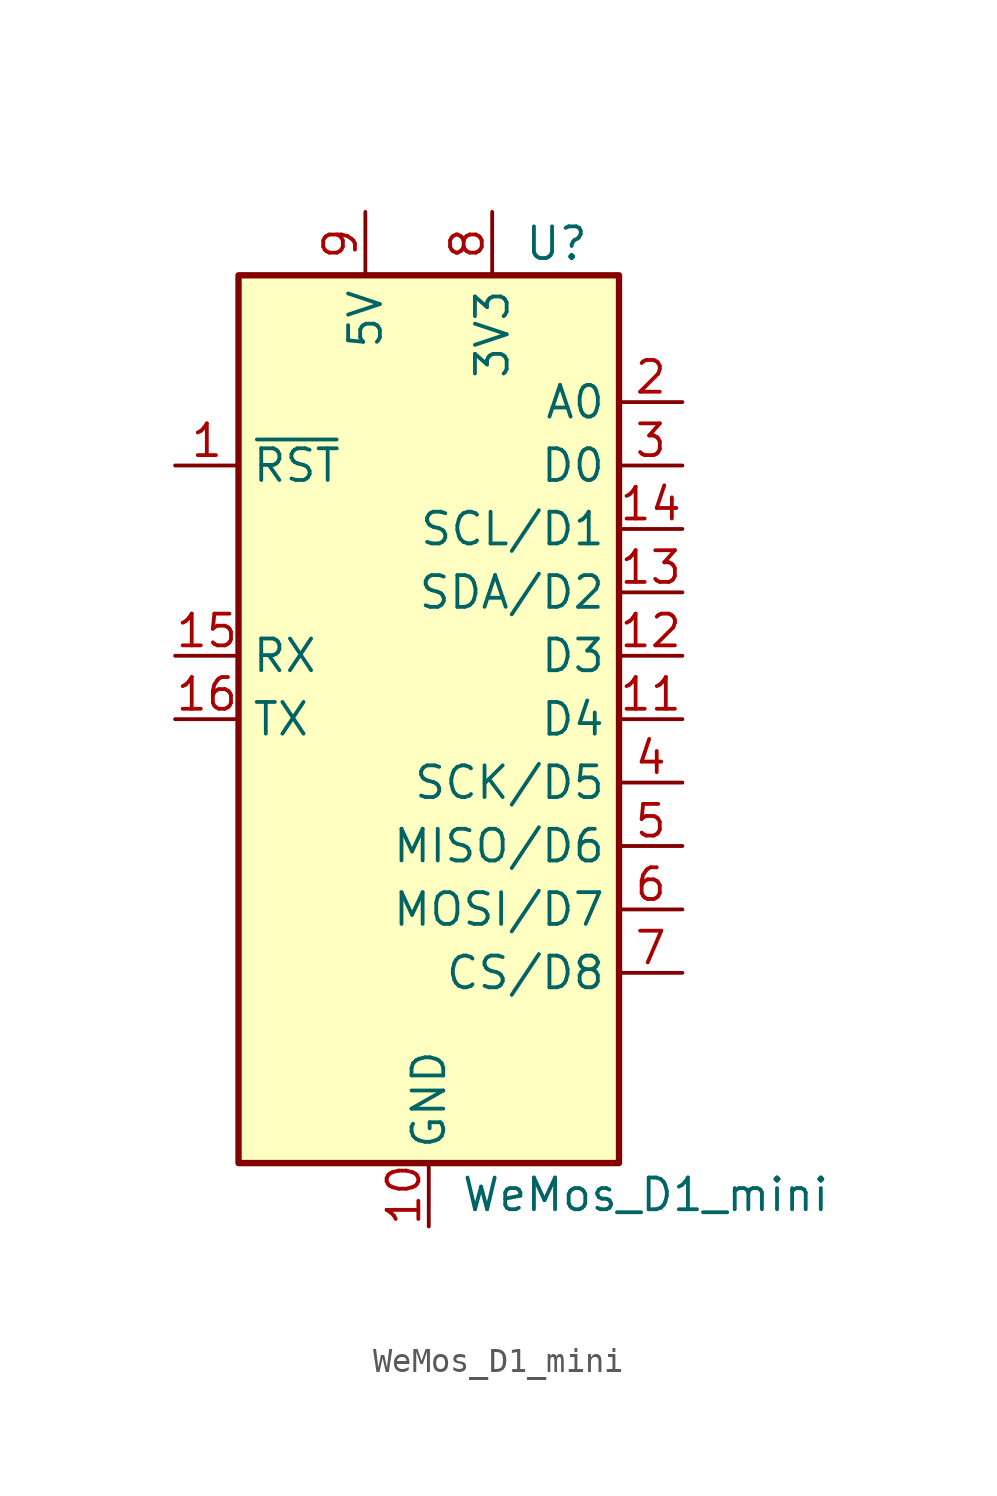
<source format=kicad_sym>
(kicad_symbol_lib
  (version 20211014)
  (generator kicad_symbol_editor)
  (symbol "WeMos_D1_mini"
    (property "Reference" "U"
      (at 3.81 19.05 0)
      (effects (font (size 1.27 1.27)) (justify left)))
    (property "Value" "WeMos_D1_mini"
      (at 1.27 -19.05 0)
      (effects (font (size 1.27 1.27)) (justify left)))
    (symbol "WeMos_D1_mini_1_1"
      (rectangle (start -7.62 17.78) (end 7.62 -17.78) (stroke (width 0.254) (type default) (color 0 0 0 0)) (fill (type background)))
      (pin input line (at -10.16 10.16 0) (length 2.54) (name "~{RST}" (effects (font (size 1.27 1.27)))) (number "1" (effects (font (size 1.27 1.27)))))
      (pin power_in line (at 0 -20.32 90) (length 2.54) (name "GND" (effects (font (size 1.27 1.27)))) (number "10" (effects (font (size 1.27 1.27)))))
      (pin bidirectional line (at 10.16 0 180) (length 2.54) (name "D4" (effects (font (size 1.27 1.27)))) (number "11" (effects (font (size 1.27 1.27)))))
      (pin bidirectional line (at 10.16 2.54 180) (length 2.54) (name "D3" (effects (font (size 1.27 1.27)))) (number "12" (effects (font (size 1.27 1.27)))))
      (pin bidirectional line (at 10.16 5.08 180) (length 2.54) (name "SDA/D2" (effects (font (size 1.27 1.27)))) (number "13" (effects (font (size 1.27 1.27)))))
      (pin bidirectional line (at 10.16 7.62 180) (length 2.54) (name "SCL/D1" (effects (font (size 1.27 1.27)))) (number "14" (effects (font (size 1.27 1.27)))))
      (pin input line (at -10.16 2.54 0) (length 2.54) (name "RX" (effects (font (size 1.27 1.27)))) (number "15" (effects (font (size 1.27 1.27)))))
      (pin output line (at -10.16 0 0) (length 2.54) (name "TX" (effects (font (size 1.27 1.27)))) (number "16" (effects (font (size 1.27 1.27)))))
      (pin input line (at 10.16 12.7 180) (length 2.54) (name "A0" (effects (font (size 1.27 1.27)))) (number "2" (effects (font (size 1.27 1.27)))))
      (pin bidirectional line (at 10.16 10.16 180) (length 2.54) (name "D0" (effects (font (size 1.27 1.27)))) (number "3" (effects (font (size 1.27 1.27)))))
      (pin bidirectional line (at 10.16 -2.54 180) (length 2.54) (name "SCK/D5" (effects (font (size 1.27 1.27)))) (number "4" (effects (font (size 1.27 1.27)))))
      (pin bidirectional line (at 10.16 -5.08 180) (length 2.54) (name "MISO/D6" (effects (font (size 1.27 1.27)))) (number "5" (effects (font (size 1.27 1.27)))))
      (pin bidirectional line (at 10.16 -7.62 180) (length 2.54) (name "MOSI/D7" (effects (font (size 1.27 1.27)))) (number "6" (effects (font (size 1.27 1.27)))))
      (pin bidirectional line (at 10.16 -10.16 180) (length 2.54) (name "CS/D8" (effects (font (size 1.27 1.27)))) (number "7" (effects (font (size 1.27 1.27)))))
      (pin power_out line (at 2.54 20.32 270) (length 2.54) (name "3V3" (effects (font (size 1.27 1.27)))) (number "8" (effects (font (size 1.27 1.27)))))
      (pin power_in line (at -2.54 20.32 270) (length 2.54) (name "5V" (effects (font (size 1.27 1.27)))) (number "9" (effects (font (size 1.27 1.27))))))))
</source>
